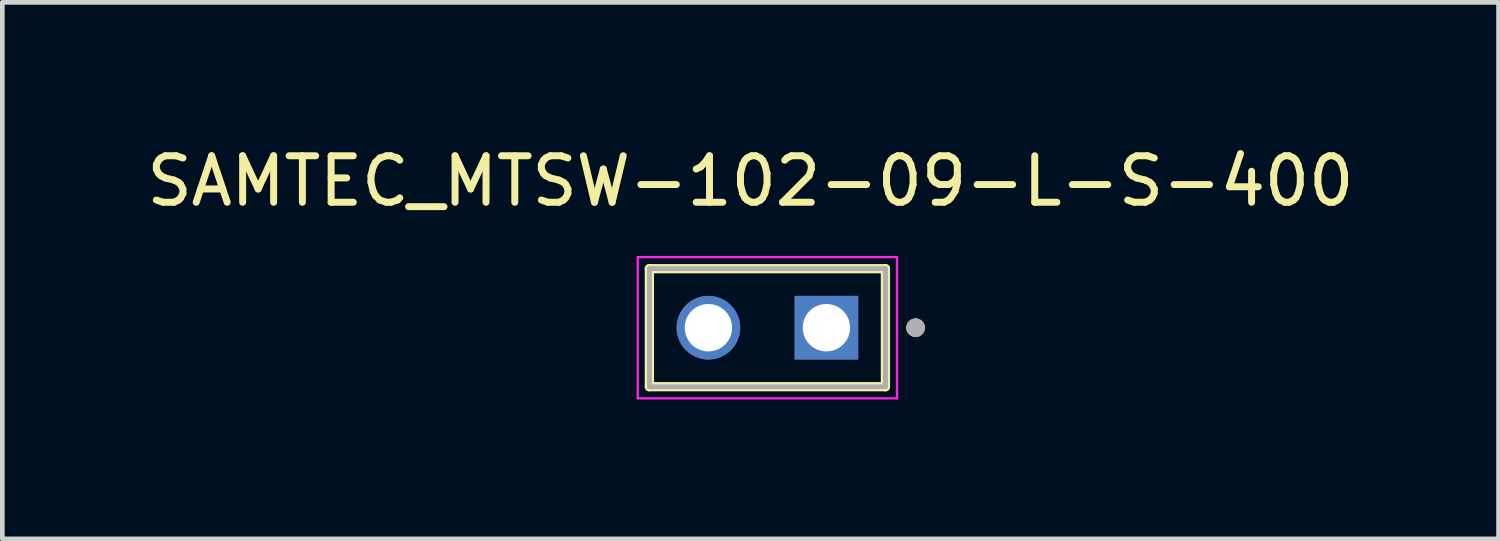
<source format=kicad_pcb>
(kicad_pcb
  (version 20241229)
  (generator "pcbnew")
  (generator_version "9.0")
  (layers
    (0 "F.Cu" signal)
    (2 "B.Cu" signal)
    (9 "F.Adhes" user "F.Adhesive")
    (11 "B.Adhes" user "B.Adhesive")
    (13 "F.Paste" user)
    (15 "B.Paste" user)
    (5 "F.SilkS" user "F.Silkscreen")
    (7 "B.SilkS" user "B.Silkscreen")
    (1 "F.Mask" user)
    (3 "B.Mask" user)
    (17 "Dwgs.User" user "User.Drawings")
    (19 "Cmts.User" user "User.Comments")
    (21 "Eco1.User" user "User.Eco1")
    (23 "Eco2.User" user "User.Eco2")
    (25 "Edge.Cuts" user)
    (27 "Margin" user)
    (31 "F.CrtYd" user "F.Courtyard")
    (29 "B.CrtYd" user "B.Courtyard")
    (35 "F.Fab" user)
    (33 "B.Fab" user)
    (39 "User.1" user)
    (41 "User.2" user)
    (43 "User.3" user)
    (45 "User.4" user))
  (footprint "SAMTEC_MTSW-102-09-L-S-400"
    (layer "F.Cu")
    (at 13.466 4.003)
    (property "Reference" "SAMTEC_MTSW-102-09-L-S-400" (at -0.365 -3.155 0) (layer "F.SilkS") (effects (font (size 1 1) (thickness 0.15))))
    (attr through_hole)
    (fp_line (start -2.54 1.27) (end -2.54 -1.27) (stroke (width 0.2) (type solid)) (layer "F.SilkS"))
    (fp_line (start 2.54 -1.27) (end -2.54 -1.27) (stroke (width 0.2) (type solid)) (layer "F.SilkS"))
    (fp_line (start 2.54 -1.27) (end 2.54 1.27) (stroke (width 0.2) (type solid)) (layer "F.SilkS"))
    (fp_line (start 2.54 1.27) (end -2.54 1.27) (stroke (width 0.2) (type solid)) (layer "F.SilkS"))
    (fp_circle (center 3.19 0) (end 3.29 0) (stroke (width 0.2) (type solid)) (fill no) (layer "F.SilkS"))
    (fp_line (start -2.79 -1.52) (end 2.79 -1.52) (stroke (width 0.05) (type solid)) (layer "F.CrtYd"))
    (fp_line (start -2.79 1.52) (end -2.79 -1.52) (stroke (width 0.05) (type solid)) (layer "F.CrtYd"))
    (fp_line (start 2.79 -1.52) (end 2.79 1.52) (stroke (width 0.05) (type solid)) (layer "F.CrtYd"))
    (fp_line (start 2.79 1.52) (end -2.79 1.52) (stroke (width 0.05) (type solid)) (layer "F.CrtYd"))
    (fp_line (start -2.54 -1.27) (end 2.54 -1.27) (stroke (width 0.1) (type solid)) (layer "F.Fab"))
    (fp_line (start -2.54 -1.27) (end 2.54 -1.27) (stroke (width 0.1) (type solid)) (layer "F.Fab"))
    (fp_line (start -2.54 1.27) (end -2.54 -1.27) (stroke (width 0.1) (type solid)) (layer "F.Fab"))
    (fp_line (start -2.54 1.27) (end -2.54 -1.27) (stroke (width 0.1) (type solid)) (layer "F.Fab"))
    (fp_line (start 2.54 -1.27) (end 2.54 1.27) (stroke (width 0.1) (type solid)) (layer "F.Fab"))
    (fp_line (start 2.54 -1.27) (end 2.54 1.27) (stroke (width 0.1) (type solid)) (layer "F.Fab"))
    (fp_line (start 2.54 1.27) (end -2.54 1.27) (stroke (width 0.1) (type solid)) (layer "F.Fab"))
    (fp_circle (center 3.19 0) (end 3.29 0) (stroke (width 0.2) (type solid)) (fill no) (layer "F.Fab"))
    (pad "01" thru_hole rect (at 1.27 0) (size 1.37 1.37) (drill 1.02) (layers "*.Cu" "*.Mask"))
    (pad "02" thru_hole circle (at -1.27 0) (size 1.37 1.37) (drill 1.02) (layers "*.Cu" "*.Mask")))
  (gr_rect
    (start -3 -3)
    (end 29.202 8.548)
    (stroke (width 0.1) (type default))
    (fill no)
    (layer "Edge.Cuts")))
</source>
